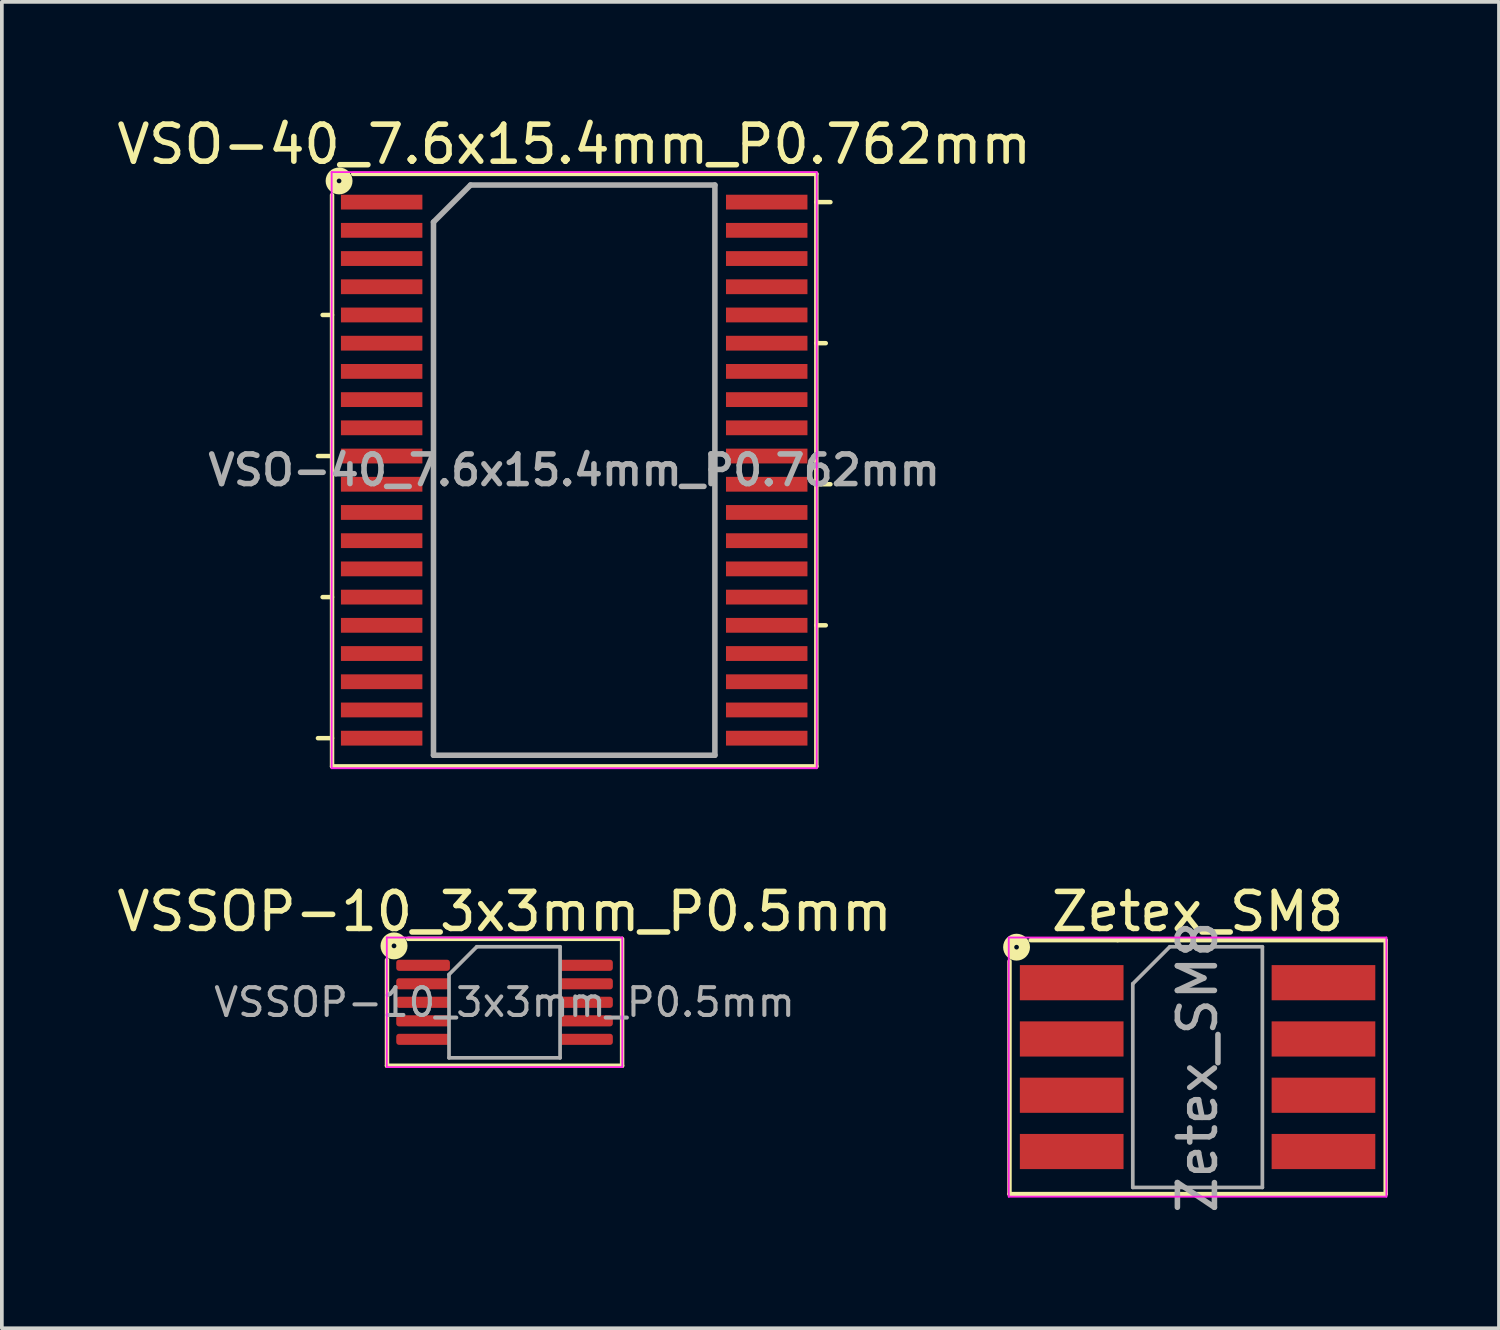
<source format=kicad_pcb>
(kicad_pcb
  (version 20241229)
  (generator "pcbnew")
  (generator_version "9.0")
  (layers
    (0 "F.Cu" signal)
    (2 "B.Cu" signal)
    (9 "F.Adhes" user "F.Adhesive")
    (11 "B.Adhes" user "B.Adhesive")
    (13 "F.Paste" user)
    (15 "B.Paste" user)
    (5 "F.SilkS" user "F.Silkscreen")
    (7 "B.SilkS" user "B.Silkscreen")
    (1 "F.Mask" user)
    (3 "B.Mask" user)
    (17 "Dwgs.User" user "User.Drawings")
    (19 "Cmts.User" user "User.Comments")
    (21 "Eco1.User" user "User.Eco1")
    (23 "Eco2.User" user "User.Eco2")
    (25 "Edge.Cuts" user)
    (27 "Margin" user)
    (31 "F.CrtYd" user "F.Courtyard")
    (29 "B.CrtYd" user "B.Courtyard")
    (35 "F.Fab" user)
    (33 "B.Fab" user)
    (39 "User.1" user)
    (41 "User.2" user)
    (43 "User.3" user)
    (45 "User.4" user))
  (footprint "VSSOP-10_3x3mm_P0.5mm"
    (layer "F.Cu")
    (at 10.577 24.021)
    (property "Reference" "VSSOP-10_3x3mm_P0.5mm" (at 0 -2.45 0) (layer "F.SilkS") (effects (font (size 1 1) (thickness 0.15))))
    (attr smd)
    (fp_line (start -3.175 -1.143) (end -3.175 1.714) (stroke (width 0.12) (type solid)) (layer "F.SilkS"))
    (fp_line (start -3.175 1.714) (end 3.175 1.714) (stroke (width 0.12) (type solid)) (layer "F.SilkS"))
    (fp_line (start 3.111 -1.714) (end -2.603 -1.714) (stroke (width 0.12) (type solid)) (layer "F.SilkS"))
    (fp_line (start 3.175 1.714) (end 3.175 -1.714) (stroke (width 0.12) (type solid)) (layer "F.SilkS"))
    (fp_circle (center -2.985 -1.524) (end -2.921 -1.524) (stroke (width 0.3) (type solid)) (fill no) (layer "F.SilkS"))
    (fp_line (start -3.18 -1.75) (end -3.18 1.75) (stroke (width 0.05) (type solid)) (layer "F.CrtYd"))
    (fp_line (start -3.18 1.75) (end 3.18 1.75) (stroke (width 0.05) (type solid)) (layer "F.CrtYd"))
    (fp_line (start 3.18 -1.75) (end -3.18 -1.75) (stroke (width 0.05) (type solid)) (layer "F.CrtYd"))
    (fp_line (start 3.18 1.75) (end 3.18 -1.75) (stroke (width 0.05) (type solid)) (layer "F.CrtYd"))
    (fp_line (start -1.5 -0.75) (end -0.75 -1.5) (stroke (width 0.1) (type solid)) (layer "F.Fab"))
    (fp_line (start -1.5 1.5) (end -1.5 -0.75) (stroke (width 0.1) (type solid)) (layer "F.Fab"))
    (fp_line (start -0.75 -1.5) (end 1.5 -1.5) (stroke (width 0.1) (type solid)) (layer "F.Fab"))
    (fp_line (start 1.5 -1.5) (end 1.5 1.5) (stroke (width 0.1) (type solid)) (layer "F.Fab"))
    (fp_line (start 1.5 1.5) (end -1.5 1.5) (stroke (width 0.1) (type solid)) (layer "F.Fab"))
    (fp_text user "${REFERENCE}" (at 0 0 0) (layer "F.Fab") (effects (font (size 0.75 0.75) (thickness 0.11))))
    (pad "1" smd roundrect (at -2.2 -1) (size 1.45 0.3) (layers "F.Cu" "F.Mask" "F.Paste") (roundrect_rratio 0.25))
    (pad "2" smd roundrect (at -2.2 -0.5) (size 1.45 0.3) (layers "F.Cu" "F.Mask" "F.Paste") (roundrect_rratio 0.25))
    (pad "3" smd roundrect (at -2.2 0) (size 1.45 0.3) (layers "F.Cu" "F.Mask" "F.Paste") (roundrect_rratio 0.25))
    (pad "4" smd roundrect (at -2.2 0.5) (size 1.45 0.3) (layers "F.Cu" "F.Mask" "F.Paste") (roundrect_rratio 0.25))
    (pad "5" smd roundrect (at -2.2 1) (size 1.45 0.3) (layers "F.Cu" "F.Mask" "F.Paste") (roundrect_rratio 0.25))
    (pad "6" smd roundrect (at 2.2 1) (size 1.45 0.3) (layers "F.Cu" "F.Mask" "F.Paste") (roundrect_rratio 0.25))
    (pad "7" smd roundrect (at 2.2 0.5) (size 1.45 0.3) (layers "F.Cu" "F.Mask" "F.Paste") (roundrect_rratio 0.25))
    (pad "8" smd roundrect (at 2.2 0) (size 1.45 0.3) (layers "F.Cu" "F.Mask" "F.Paste") (roundrect_rratio 0.25))
    (pad "9" smd roundrect (at 2.2 -0.5) (size 1.45 0.3) (layers "F.Cu" "F.Mask" "F.Paste") (roundrect_rratio 0.25))
    (pad "10" smd roundrect (at 2.2 -1) (size 1.45 0.3) (layers "F.Cu" "F.Mask" "F.Paste") (roundrect_rratio 0.25)))
  (footprint "Zetex_SM8"
    (layer "F.Cu")
    (at 29.295 25.771)
    (property "Reference" "Zetex_SM8" (at 0 -4.2 0) (layer "F.SilkS") (effects (font (size 1 1) (thickness 0.15))))
    (attr smd)
    (fp_line (start -5.08 3.429) (end -5.08 -2.857) (stroke (width 0.12) (type solid)) (layer "F.SilkS"))
    (fp_line (start -5.08 3.429) (end 5.08 3.429) (stroke (width 0.12) (type solid)) (layer "F.SilkS"))
    (fp_line (start -2.159 -3.429) (end -4.508 -3.429) (stroke (width 0.12) (type solid)) (layer "F.SilkS"))
    (fp_line (start 5.08 -3.429) (end -2.159 -3.429) (stroke (width 0.12) (type solid)) (layer "F.SilkS"))
    (fp_line (start 5.08 3.429) (end 5.08 -3.429) (stroke (width 0.12) (type solid)) (layer "F.SilkS"))
    (fp_circle (center -4.889 -3.239) (end -4.826 -3.239) (stroke (width 0.3) (type solid)) (fill no) (layer "F.SilkS"))
    (fp_line (start -5.1 -3.5) (end -5.1 3.5) (stroke (width 0.05) (type solid)) (layer "F.CrtYd"))
    (fp_line (start -5.1 -3.5) (end 5.1 -3.5) (stroke (width 0.05) (type solid)) (layer "F.CrtYd"))
    (fp_line (start -5.1 3.5) (end 5.1 3.5) (stroke (width 0.05) (type solid)) (layer "F.CrtYd"))
    (fp_line (start 5.1 -3.5) (end 5.1 3.5) (stroke (width 0.05) (type solid)) (layer "F.CrtYd"))
    (fp_line (start -1.75 -2.25) (end -0.75 -3.25) (stroke (width 0.1) (type solid)) (layer "F.Fab"))
    (fp_line (start -1.75 3.25) (end -1.75 -2.25) (stroke (width 0.1) (type solid)) (layer "F.Fab"))
    (fp_line (start -0.75 -3.25) (end 1.75 -3.25) (stroke (width 0.1) (type solid)) (layer "F.Fab"))
    (fp_line (start 1.75 -3.25) (end 1.75 3.25) (stroke (width 0.1) (type solid)) (layer "F.Fab"))
    (fp_line (start 1.75 3.25) (end -1.75 3.25) (stroke (width 0.1) (type solid)) (layer "F.Fab"))
    (fp_text user "${REFERENCE}" (at 0 0 90) (layer "F.Fab") (effects (font (size 1 1) (thickness 0.15))))
    (pad "1" smd rect (at -3.4 -2.28) (size 2.8 0.95) (layers "F.Cu" "F.Mask" "F.Paste"))
    (pad "2" smd rect (at -3.4 -0.76) (size 2.8 0.95) (layers "F.Cu" "F.Mask" "F.Paste"))
    (pad "3" smd rect (at -3.4 0.76) (size 2.8 0.95) (layers "F.Cu" "F.Mask" "F.Paste"))
    (pad "4" smd rect (at -3.4 2.28) (size 2.8 0.95) (layers "F.Cu" "F.Mask" "F.Paste"))
    (pad "5" smd rect (at 3.4 2.28) (size 2.8 0.95) (layers "F.Cu" "F.Mask" "F.Paste"))
    (pad "6" smd rect (at 3.4 0.76) (size 2.8 0.95) (layers "F.Cu" "F.Mask" "F.Paste"))
    (pad "7" smd rect (at 3.4 -0.76) (size 2.8 0.95) (layers "F.Cu" "F.Mask" "F.Paste"))
    (pad "8" smd rect (at 3.4 -2.28) (size 2.8 0.95) (layers "F.Cu" "F.Mask" "F.Paste")))
  (footprint "VSO-40_7.6x15.4mm_P0.762mm"
    (layer "F.Cu")
    (at 12.458 9.648)
    (property "Reference" "VSO-40_7.6x15.4mm_P0.762mm" (at 0 -8.8 0) (layer "F.SilkS") (effects (font (size 1 1) (thickness 0.15))))
    (attr smd)
    (fp_line (start -6.604 -0.381) (end -6.921 -0.381) (stroke (width 0.12) (type solid)) (layer "F.SilkS"))
    (fp_line (start -6.54 -7.429) (end -6.54 8.001) (stroke (width 0.12) (type solid)) (layer "F.SilkS"))
    (fp_line (start -6.54 -4.191) (end -6.795 -4.191) (stroke (width 0.12) (type solid)) (layer "F.SilkS"))
    (fp_line (start -6.54 3.429) (end -6.795 3.429) (stroke (width 0.12) (type solid)) (layer "F.SilkS"))
    (fp_line (start -6.54 7.239) (end -6.921 7.239) (stroke (width 0.12) (type solid)) (layer "F.SilkS"))
    (fp_line (start -6.54 8.001) (end 6.54 8.001) (stroke (width 0.12) (type solid)) (layer "F.SilkS"))
    (fp_line (start 6.54 -8.001) (end -5.969 -8.001) (stroke (width 0.12) (type solid)) (layer "F.SilkS"))
    (fp_line (start 6.54 -7.239) (end 6.921 -7.239) (stroke (width 0.12) (type solid)) (layer "F.SilkS"))
    (fp_line (start 6.54 -3.429) (end 6.795 -3.429) (stroke (width 0.12) (type solid)) (layer "F.SilkS"))
    (fp_line (start 6.54 0.381) (end 6.921 0.381) (stroke (width 0.12) (type solid)) (layer "F.SilkS"))
    (fp_line (start 6.54 4.191) (end 6.795 4.191) (stroke (width 0.12) (type solid)) (layer "F.SilkS"))
    (fp_line (start 6.54 8.001) (end 6.54 -8.001) (stroke (width 0.12) (type solid)) (layer "F.SilkS"))
    (fp_circle (center -6.35 -7.811) (end -6.287 -7.811) (stroke (width 0.3) (type solid)) (fill no) (layer "F.SilkS"))
    (fp_line (start -6.55 -8.05) (end -6.55 8.05) (stroke (width 0.05) (type solid)) (layer "F.CrtYd"))
    (fp_line (start -6.55 -8.05) (end 6.55 -8.05) (stroke (width 0.05) (type solid)) (layer "F.CrtYd"))
    (fp_line (start -6.55 8.05) (end 6.55 8.05) (stroke (width 0.05) (type solid)) (layer "F.CrtYd"))
    (fp_line (start 6.55 -8.05) (end 6.55 8.05) (stroke (width 0.05) (type solid)) (layer "F.CrtYd"))
    (fp_line (start -3.8 -6.7) (end -2.8 -7.7) (stroke (width 0.15) (type solid)) (layer "F.Fab"))
    (fp_line (start -3.8 7.7) (end -3.8 -6.7) (stroke (width 0.15) (type solid)) (layer "F.Fab"))
    (fp_line (start -2.8 -7.7) (end 3.8 -7.7) (stroke (width 0.15) (type solid)) (layer "F.Fab"))
    (fp_line (start 3.8 -7.7) (end 3.8 7.7) (stroke (width 0.15) (type solid)) (layer "F.Fab"))
    (fp_line (start 3.8 7.7) (end -3.8 7.7) (stroke (width 0.15) (type solid)) (layer "F.Fab"))
    (fp_text user "${REFERENCE}" (at 0 0 0) (layer "F.Fab") (effects (font (size 0.8 0.8) (thickness 0.15))))
    (pad "1" smd rect (at -5.2 -7.239) (size 2.2 0.4) (layers "F.Cu" "F.Mask" "F.Paste"))
    (pad "2" smd rect (at -5.2 -6.477) (size 2.2 0.4) (layers "F.Cu" "F.Mask" "F.Paste"))
    (pad "3" smd rect (at -5.2 -5.715) (size 2.2 0.4) (layers "F.Cu" "F.Mask" "F.Paste"))
    (pad "4" smd rect (at -5.2 -4.953) (size 2.2 0.4) (layers "F.Cu" "F.Mask" "F.Paste"))
    (pad "5" smd rect (at -5.2 -4.191) (size 2.2 0.4) (layers "F.Cu" "F.Mask" "F.Paste"))
    (pad "6" smd rect (at -5.2 -3.429) (size 2.2 0.4) (layers "F.Cu" "F.Mask" "F.Paste"))
    (pad "7" smd rect (at -5.2 -2.667) (size 2.2 0.4) (layers "F.Cu" "F.Mask" "F.Paste"))
    (pad "8" smd rect (at -5.2 -1.905) (size 2.2 0.4) (layers "F.Cu" "F.Mask" "F.Paste"))
    (pad "9" smd rect (at -5.2 -1.143) (size 2.2 0.4) (layers "F.Cu" "F.Mask" "F.Paste"))
    (pad "10" smd rect (at -5.2 -0.381) (size 2.2 0.4) (layers "F.Cu" "F.Mask" "F.Paste"))
    (pad "11" smd rect (at -5.2 0.381) (size 2.2 0.4) (layers "F.Cu" "F.Mask" "F.Paste"))
    (pad "12" smd rect (at -5.2 1.143) (size 2.2 0.4) (layers "F.Cu" "F.Mask" "F.Paste"))
    (pad "13" smd rect (at -5.2 1.905) (size 2.2 0.4) (layers "F.Cu" "F.Mask" "F.Paste"))
    (pad "14" smd rect (at -5.2 2.667) (size 2.2 0.4) (layers "F.Cu" "F.Mask" "F.Paste"))
    (pad "15" smd rect (at -5.2 3.429) (size 2.2 0.4) (layers "F.Cu" "F.Mask" "F.Paste"))
    (pad "16" smd rect (at -5.2 4.191) (size 2.2 0.4) (layers "F.Cu" "F.Mask" "F.Paste"))
    (pad "17" smd rect (at -5.2 4.953) (size 2.2 0.4) (layers "F.Cu" "F.Mask" "F.Paste"))
    (pad "18" smd rect (at -5.2 5.715) (size 2.2 0.4) (layers "F.Cu" "F.Mask" "F.Paste"))
    (pad "19" smd rect (at -5.2 6.477) (size 2.2 0.4) (layers "F.Cu" "F.Mask" "F.Paste"))
    (pad "20" smd rect (at -5.2 7.239) (size 2.2 0.4) (layers "F.Cu" "F.Mask" "F.Paste"))
    (pad "21" smd rect (at 5.2 7.239) (size 2.2 0.4) (layers "F.Cu" "F.Mask" "F.Paste"))
    (pad "22" smd rect (at 5.2 6.477) (size 2.2 0.4) (layers "F.Cu" "F.Mask" "F.Paste"))
    (pad "23" smd rect (at 5.2 5.715) (size 2.2 0.4) (layers "F.Cu" "F.Mask" "F.Paste"))
    (pad "24" smd rect (at 5.2 4.953) (size 2.2 0.4) (layers "F.Cu" "F.Mask" "F.Paste"))
    (pad "25" smd rect (at 5.2 4.191) (size 2.2 0.4) (layers "F.Cu" "F.Mask" "F.Paste"))
    (pad "26" smd rect (at 5.2 3.429) (size 2.2 0.4) (layers "F.Cu" "F.Mask" "F.Paste"))
    (pad "27" smd rect (at 5.2 2.667) (size 2.2 0.4) (layers "F.Cu" "F.Mask" "F.Paste"))
    (pad "28" smd rect (at 5.2 1.905) (size 2.2 0.4) (layers "F.Cu" "F.Mask" "F.Paste"))
    (pad "29" smd rect (at 5.2 1.143) (size 2.2 0.4) (layers "F.Cu" "F.Mask" "F.Paste"))
    (pad "30" smd rect (at 5.2 0.381) (size 2.2 0.4) (layers "F.Cu" "F.Mask" "F.Paste"))
    (pad "31" smd rect (at 5.2 -0.381) (size 2.2 0.4) (layers "F.Cu" "F.Mask" "F.Paste"))
    (pad "32" smd rect (at 5.2 -1.143) (size 2.2 0.4) (layers "F.Cu" "F.Mask" "F.Paste"))
    (pad "33" smd rect (at 5.2 -1.905) (size 2.2 0.4) (layers "F.Cu" "F.Mask" "F.Paste"))
    (pad "34" smd rect (at 5.2 -2.667) (size 2.2 0.4) (layers "F.Cu" "F.Mask" "F.Paste"))
    (pad "35" smd rect (at 5.2 -3.429) (size 2.2 0.4) (layers "F.Cu" "F.Mask" "F.Paste"))
    (pad "36" smd rect (at 5.2 -4.191) (size 2.2 0.4) (layers "F.Cu" "F.Mask" "F.Paste"))
    (pad "37" smd rect (at 5.2 -4.953) (size 2.2 0.4) (layers "F.Cu" "F.Mask" "F.Paste"))
    (pad "38" smd rect (at 5.2 -5.715) (size 2.2 0.4) (layers "F.Cu" "F.Mask" "F.Paste"))
    (pad "39" smd rect (at 5.2 -6.477) (size 2.2 0.4) (layers "F.Cu" "F.Mask" "F.Paste"))
    (pad "40" smd rect (at 5.2 -7.239) (size 2.2 0.4) (layers "F.Cu" "F.Mask" "F.Paste")))
  (gr_rect
    (start -3 -3)
    (end 37.435 32.825)
    (stroke (width 0.1) (type default))
    (fill no)
    (layer "Edge.Cuts")))
</source>
